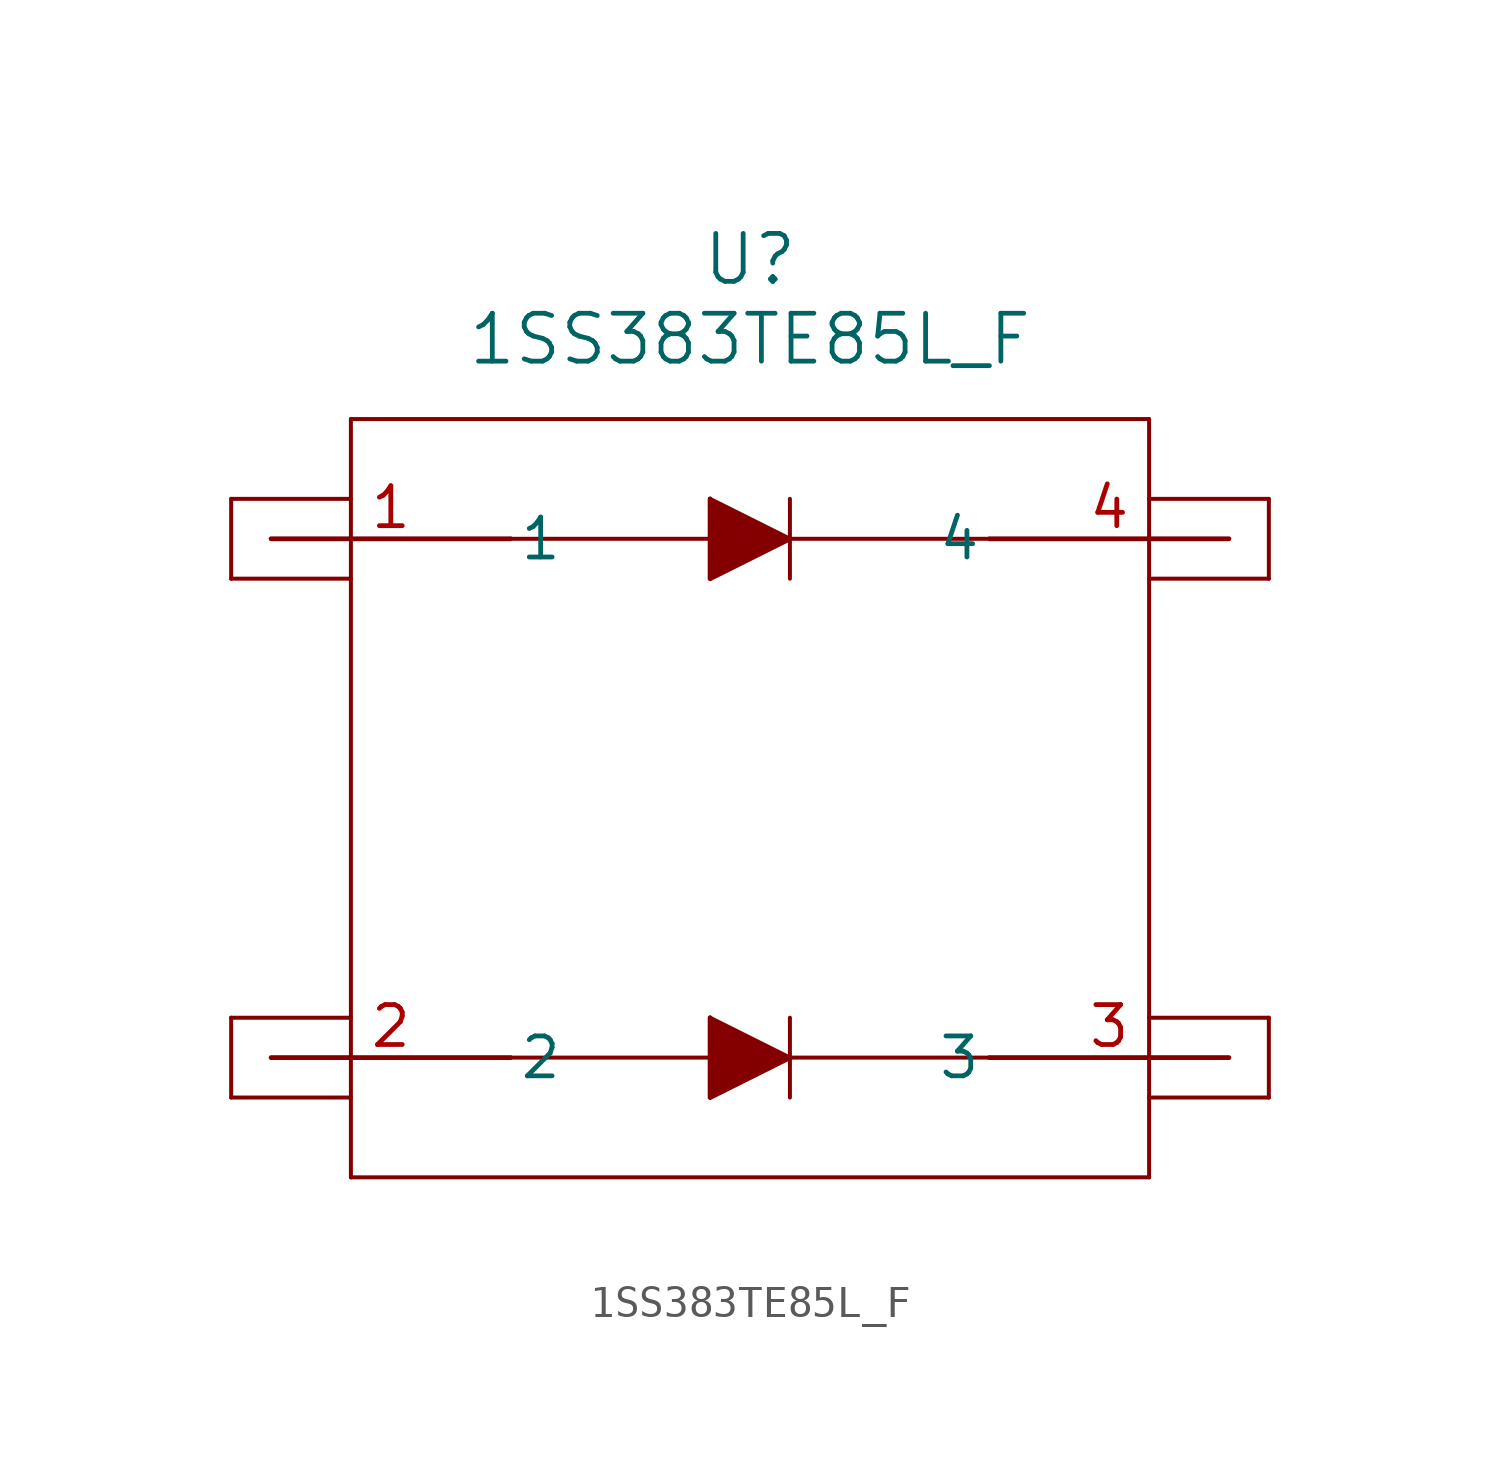
<source format=kicad_sym>
(kicad_symbol_lib
  (version 20211014)
  (generator kicad_symbol_editor)
  (symbol "1SS383TE85L_F"
    (pin_names
      (offset 0.254))
    (property "Reference" "U"
      (at 15.24 8.89 0)
      (effects (font (size 1.524 1.524))))
    (property "Value" "1SS383TE85L_F"
      (at 15.24 6.35 0)
      (effects (font (size 1.524 1.524))))
    (symbol "1SS383TE85L_F_0_1"
      (polyline (pts (xy 2.54 3.81) (xy 2.54 -20.32)) (stroke (width 0.127) (type default) (color 0 0 0 0)) (fill (type none)))
      (polyline (pts (xy 2.54 -20.32) (xy 27.94 -20.32)) (stroke (width 0.127) (type default) (color 0 0 0 0)) (fill (type none)))
      (polyline (pts (xy 27.94 -20.32) (xy 27.94 3.81)) (stroke (width 0.127) (type default) (color 0 0 0 0)) (fill (type none)))
      (polyline (pts (xy 27.94 3.81) (xy 2.54 3.81)) (stroke (width 0.127) (type default) (color 0 0 0 0)) (fill (type none)))
      (polyline (pts (xy -1.27 1.27) (xy -1.27 -1.27)) (stroke (width 0.127) (type default) (color 0 0 0 0)) (fill (type none)))
      (polyline (pts (xy -1.27 -15.24) (xy -1.27 -17.78)) (stroke (width 0.127) (type default) (color 0 0 0 0)) (fill (type none)))
      (polyline (pts (xy 31.75 -15.24) (xy 31.75 -17.78)) (stroke (width 0.127) (type default) (color 0 0 0 0)) (fill (type none)))
      (polyline (pts (xy 31.75 1.27) (xy 31.75 -1.27)) (stroke (width 0.127) (type default) (color 0 0 0 0)) (fill (type none)))
      (polyline (pts (xy 27.94 -15.24) (xy 31.75 -15.24)) (stroke (width 0.127) (type default) (color 0 0 0 0)) (fill (type none)))
      (polyline (pts (xy 27.94 -17.78) (xy 31.75 -17.78)) (stroke (width 0.127) (type default) (color 0 0 0 0)) (fill (type none)))
      (polyline (pts (xy 27.94 -1.27) (xy 31.75 -1.27)) (stroke (width 0.127) (type default) (color 0 0 0 0)) (fill (type none)))
      (polyline (pts (xy 27.94 1.27) (xy 31.75 1.27)) (stroke (width 0.127) (type default) (color 0 0 0 0)) (fill (type none)))
      (polyline (pts (xy -1.27 1.27) (xy 2.54 1.27)) (stroke (width 0.127) (type default) (color 0 0 0 0)) (fill (type none)))
      (polyline (pts (xy -1.27 -1.27) (xy 2.54 -1.27)) (stroke (width 0.127) (type default) (color 0 0 0 0)) (fill (type none)))
      (polyline (pts (xy -1.27 -15.24) (xy 2.54 -15.24)) (stroke (width 0.127) (type default) (color 0 0 0 0)) (fill (type none)))
      (polyline (pts (xy -1.27 -17.78) (xy 2.54 -17.78)) (stroke (width 0.127) (type default) (color 0 0 0 0)) (fill (type none)))
      (polyline (pts (xy 13.97 1.27) (xy 13.97 -1.27)) (stroke (width 0.127) (type default) (color 0 0 0 0)) (fill (type none)))
      (polyline (pts (xy 13.97 1.27) (xy 16.51 0)) (stroke (width 0.127) (type default) (color 0 0 0 0)) (fill (type none)))
      (polyline (pts (xy 13.97 -1.27) (xy 16.51 0)) (stroke (width 0.127) (type default) (color 0 0 0 0)) (fill (type none)))
      (polyline (pts (xy 16.51 1.27) (xy 16.51 -1.27)) (stroke (width 0.127) (type default) (color 0 0 0 0)) (fill (type none)))
      (polyline (pts (xy 16.51 0) (xy 22.86 0)) (stroke (width 0.127) (type default) (color 0 0 0 0)) (fill (type none)))
      (polyline (pts (xy 7.62 0) (xy 13.97 0)) (stroke (width 0.127) (type default) (color 0 0 0 0)) (fill (type none)))
      (polyline (pts (xy 13.97 -15.24) (xy 13.97 -17.78)) (stroke (width 0.127) (type default) (color 0 0 0 0)) (fill (type none)))
      (polyline (pts (xy 13.97 -15.24) (xy 16.51 -16.51)) (stroke (width 0.127) (type default) (color 0 0 0 0)) (fill (type none)))
      (polyline (pts (xy 13.97 -17.78) (xy 16.51 -16.51)) (stroke (width 0.127) (type default) (color 0 0 0 0)) (fill (type none)))
      (polyline (pts (xy 16.51 -15.24) (xy 16.51 -17.78)) (stroke (width 0.127) (type default) (color 0 0 0 0)) (fill (type none)))
      (polyline (pts (xy 16.51 -16.51) (xy 22.86 -16.51)) (stroke (width 0.127) (type default) (color 0 0 0 0)) (fill (type none)))
      (polyline (pts (xy 7.62 -16.51) (xy 13.97 -16.51)) (stroke (width 0.127) (type default) (color 0 0 0 0)) (fill (type none)))
      (polyline (pts (xy 13.97 1.27) (xy 13.97 -1.27) (xy 16.51 0)) (stroke (width 0) (type default) (color 0 0 0 0)) (fill (type outline)))
      (polyline (pts (xy 13.97 -15.24) (xy 13.97 -17.78) (xy 16.51 -16.51)) (stroke (width 0) (type default) (color 0 0 0 0)) (fill (type outline)))
      (pin unspecified line (at 0 0 0) (length 7.62) (name "1" (effects (font (size 1.27 1.27)))) (number "1" (effects (font (size 1.27 1.27)))))
      (pin unspecified line (at 0 -16.51 0) (length 7.62) (name "2" (effects (font (size 1.27 1.27)))) (number "2" (effects (font (size 1.27 1.27)))))
      (pin unspecified line (at 30.48 -16.51 180) (length 7.62) (name "3" (effects (font (size 1.27 1.27)))) (number "3" (effects (font (size 1.27 1.27)))))
      (pin unspecified line (at 30.48 0 180) (length 7.62) (name "4" (effects (font (size 1.27 1.27)))) (number "4" (effects (font (size 1.27 1.27))))))))
</source>
